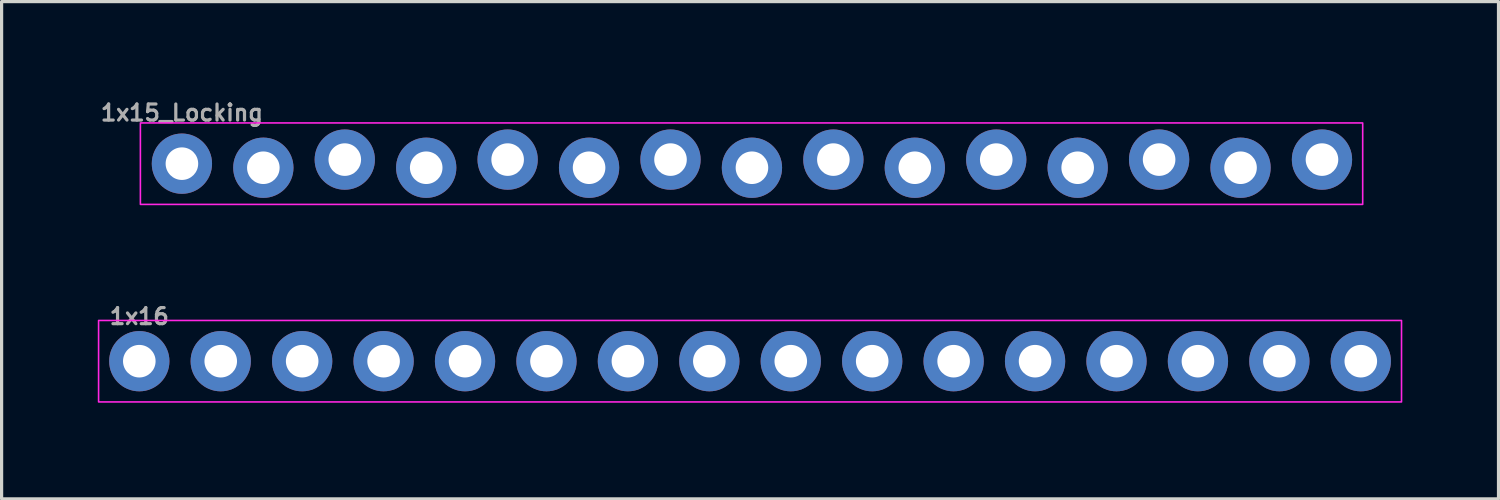
<source format=kicad_pcb>
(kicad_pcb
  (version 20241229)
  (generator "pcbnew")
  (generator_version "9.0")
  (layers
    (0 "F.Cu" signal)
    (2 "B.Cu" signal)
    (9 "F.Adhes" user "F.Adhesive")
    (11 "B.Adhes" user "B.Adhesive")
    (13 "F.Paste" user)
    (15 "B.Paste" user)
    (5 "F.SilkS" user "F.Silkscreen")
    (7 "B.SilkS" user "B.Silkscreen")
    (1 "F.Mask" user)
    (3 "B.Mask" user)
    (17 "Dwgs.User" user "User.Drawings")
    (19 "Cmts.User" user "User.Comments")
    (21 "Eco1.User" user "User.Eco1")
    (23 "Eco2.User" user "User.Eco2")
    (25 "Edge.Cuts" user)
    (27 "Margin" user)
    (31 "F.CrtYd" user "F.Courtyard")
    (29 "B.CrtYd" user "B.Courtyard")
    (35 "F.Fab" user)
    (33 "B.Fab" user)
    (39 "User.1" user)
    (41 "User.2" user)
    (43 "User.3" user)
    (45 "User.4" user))
  (footprint "1x15_Locking"
    (layer "F.Cu")
    (at 2.624 2.055)
    (property "Reference" "1x15_Locking" (at 0 -1.587 0) (layer "F.Fab") (effects (font (size 0.5 0.5) (thickness 0.1))))
    (fp_rect (start -1.295 -1.27) (end 36.83 1.27) (stroke (width 0.05) (type default)) (fill no) (layer "F.CrtYd"))
    (fp_poly (pts (xy -0.254 0.254) (xy 0.254 0.254) (xy 0.254 -0.254) (xy -0.254 -0.254)) (stroke (width 0.1) (type default)) (fill no) (layer "F.Fab"))
    (fp_poly (pts (xy 2.286 0.254) (xy 2.794 0.254) (xy 2.794 -0.254) (xy 2.286 -0.254)) (stroke (width 0.1) (type default)) (fill no) (layer "F.Fab"))
    (fp_poly (pts (xy 4.826 0.254) (xy 5.334 0.254) (xy 5.334 -0.254) (xy 4.826 -0.254)) (stroke (width 0.1) (type default)) (fill no) (layer "F.Fab"))
    (fp_poly (pts (xy 7.366 0.254) (xy 7.874 0.254) (xy 7.874 -0.254) (xy 7.366 -0.254)) (stroke (width 0.1) (type default)) (fill no) (layer "F.Fab"))
    (fp_poly (pts (xy 9.906 0.254) (xy 10.414 0.254) (xy 10.414 -0.254) (xy 9.906 -0.254)) (stroke (width 0.1) (type default)) (fill no) (layer "F.Fab"))
    (fp_poly (pts (xy 12.446 0.254) (xy 12.954 0.254) (xy 12.954 -0.254) (xy 12.446 -0.254)) (stroke (width 0.1) (type default)) (fill no) (layer "F.Fab"))
    (fp_poly (pts (xy 14.986 0.254) (xy 15.494 0.254) (xy 15.494 -0.254) (xy 14.986 -0.254)) (stroke (width 0.1) (type default)) (fill no) (layer "F.Fab"))
    (fp_poly (pts (xy 17.526 0.254) (xy 18.034 0.254) (xy 18.034 -0.254) (xy 17.526 -0.254)) (stroke (width 0.1) (type default)) (fill no) (layer "F.Fab"))
    (fp_poly (pts (xy 20.066 0.254) (xy 20.574 0.254) (xy 20.574 -0.254) (xy 20.066 -0.254)) (stroke (width 0.1) (type default)) (fill no) (layer "F.Fab"))
    (fp_poly (pts (xy 22.606 0.254) (xy 23.114 0.254) (xy 23.114 -0.254) (xy 22.606 -0.254)) (stroke (width 0.1) (type default)) (fill no) (layer "F.Fab"))
    (fp_poly (pts (xy 25.146 0.254) (xy 25.654 0.254) (xy 25.654 -0.254) (xy 25.146 -0.254)) (stroke (width 0.1) (type default)) (fill no) (layer "F.Fab"))
    (fp_poly (pts (xy 27.686 0.254) (xy 28.194 0.254) (xy 28.194 -0.254) (xy 27.686 -0.254)) (stroke (width 0.1) (type default)) (fill no) (layer "F.Fab"))
    (fp_poly (pts (xy 30.226 0.254) (xy 30.734 0.254) (xy 30.734 -0.254) (xy 30.226 -0.254)) (stroke (width 0.1) (type default)) (fill no) (layer "F.Fab"))
    (fp_poly (pts (xy 32.766 0.254) (xy 33.274 0.254) (xy 33.274 -0.254) (xy 32.766 -0.254)) (stroke (width 0.1) (type default)) (fill no) (layer "F.Fab"))
    (fp_poly (pts (xy 35.306 0.254) (xy 35.814 0.254) (xy 35.814 -0.254) (xy 35.306 -0.254)) (stroke (width 0.1) (type default)) (fill no) (layer "F.Fab"))
    (pad "1" thru_hole circle (at 0 0 90) (size 1.88 1.88) (drill 1.016) (layers "*.Cu" "*.Mask") (remove_unused_layers yes) (keep_end_layers yes) (zone_layer_connections))
    (pad "2" thru_hole circle (at 2.54 0.127 90) (size 1.88 1.88) (drill 1.016) (layers "*.Cu" "*.Mask") (remove_unused_layers yes) (keep_end_layers yes) (zone_layer_connections))
    (pad "3" thru_hole circle (at 5.08 -0.127 90) (size 1.88 1.88) (drill 1.016) (layers "*.Cu" "*.Mask") (remove_unused_layers yes) (keep_end_layers yes) (zone_layer_connections))
    (pad "4" thru_hole circle (at 7.62 0.127 90) (size 1.88 1.88) (drill 1.016) (layers "*.Cu" "*.Mask") (remove_unused_layers yes) (keep_end_layers yes) (zone_layer_connections))
    (pad "5" thru_hole circle (at 10.16 -0.127 90) (size 1.88 1.88) (drill 1.016) (layers "*.Cu" "*.Mask") (remove_unused_layers yes) (keep_end_layers yes) (zone_layer_connections))
    (pad "6" thru_hole circle (at 12.7 0.127 90) (size 1.88 1.88) (drill 1.016) (layers "*.Cu" "*.Mask") (remove_unused_layers yes) (keep_end_layers yes) (zone_layer_connections))
    (pad "7" thru_hole circle (at 15.24 -0.127 90) (size 1.88 1.88) (drill 1.016) (layers "*.Cu" "*.Mask") (remove_unused_layers yes) (keep_end_layers yes) (zone_layer_connections))
    (pad "8" thru_hole circle (at 17.78 0.127 90) (size 1.88 1.88) (drill 1.016) (layers "*.Cu" "*.Mask") (remove_unused_layers yes) (keep_end_layers yes) (zone_layer_connections))
    (pad "9" thru_hole circle (at 20.32 -0.127 90) (size 1.88 1.88) (drill 1.016) (layers "*.Cu" "*.Mask") (remove_unused_layers yes) (keep_end_layers yes) (zone_layer_connections))
    (pad "10" thru_hole circle (at 22.86 0.127 90) (size 1.88 1.88) (drill 1.016) (layers "*.Cu" "*.Mask") (remove_unused_layers yes) (keep_end_layers yes) (zone_layer_connections))
    (pad "11" thru_hole circle (at 25.4 -0.127 90) (size 1.88 1.88) (drill 1.016) (layers "*.Cu" "*.Mask") (remove_unused_layers yes) (keep_end_layers yes) (zone_layer_connections))
    (pad "12" thru_hole circle (at 27.94 0.127 90) (size 1.88 1.88) (drill 1.016) (layers "*.Cu" "*.Mask") (remove_unused_layers yes) (keep_end_layers yes) (zone_layer_connections))
    (pad "13" thru_hole circle (at 30.48 -0.127 90) (size 1.88 1.88) (drill 1.016) (layers "*.Cu" "*.Mask") (remove_unused_layers yes) (keep_end_layers yes) (zone_layer_connections))
    (pad "14" thru_hole circle (at 33.02 0.127 90) (size 1.88 1.88) (drill 1.016) (layers "*.Cu" "*.Mask") (remove_unused_layers yes) (keep_end_layers yes) (zone_layer_connections))
    (pad "15" thru_hole circle (at 35.56 -0.127 90) (size 1.88 1.88) (drill 1.016) (layers "*.Cu" "*.Mask") (remove_unused_layers yes) (keep_end_layers yes) (zone_layer_connections)))
  (footprint "1x16"
    (layer "F.Cu")
    (at 1.295 8.216)
    (property "Reference" "1x16" (at 0 -1.397 0) (layer "F.Fab") (effects (font (size 0.5 0.5) (thickness 0.1))))
    (fp_rect (start -1.27 -1.27) (end 39.37 1.27) (stroke (width 0.05) (type default)) (fill no) (layer "F.CrtYd"))
    (fp_poly (pts (xy -0.254 0.254) (xy 0.254 0.254) (xy 0.254 -0.254) (xy -0.254 -0.254)) (stroke (width 0.1) (type default)) (fill no) (layer "F.Fab"))
    (fp_poly (pts (xy 2.286 0.254) (xy 2.794 0.254) (xy 2.794 -0.254) (xy 2.286 -0.254)) (stroke (width 0.1) (type default)) (fill no) (layer "F.Fab"))
    (fp_poly (pts (xy 4.826 0.254) (xy 5.334 0.254) (xy 5.334 -0.254) (xy 4.826 -0.254)) (stroke (width 0.1) (type default)) (fill no) (layer "F.Fab"))
    (fp_poly (pts (xy 7.366 0.254) (xy 7.874 0.254) (xy 7.874 -0.254) (xy 7.366 -0.254)) (stroke (width 0.1) (type default)) (fill no) (layer "F.Fab"))
    (fp_poly (pts (xy 9.906 0.254) (xy 10.414 0.254) (xy 10.414 -0.254) (xy 9.906 -0.254)) (stroke (width 0.1) (type default)) (fill no) (layer "F.Fab"))
    (fp_poly (pts (xy 12.446 0.254) (xy 12.954 0.254) (xy 12.954 -0.254) (xy 12.446 -0.254)) (stroke (width 0.1) (type default)) (fill no) (layer "F.Fab"))
    (fp_poly (pts (xy 14.986 0.254) (xy 15.494 0.254) (xy 15.494 -0.254) (xy 14.986 -0.254)) (stroke (width 0.1) (type default)) (fill no) (layer "F.Fab"))
    (fp_poly (pts (xy 17.526 0.254) (xy 18.034 0.254) (xy 18.034 -0.254) (xy 17.526 -0.254)) (stroke (width 0.1) (type default)) (fill no) (layer "F.Fab"))
    (fp_poly (pts (xy 20.066 0.254) (xy 20.574 0.254) (xy 20.574 -0.254) (xy 20.066 -0.254)) (stroke (width 0.1) (type default)) (fill no) (layer "F.Fab"))
    (fp_poly (pts (xy 22.606 0.254) (xy 23.114 0.254) (xy 23.114 -0.254) (xy 22.606 -0.254)) (stroke (width 0.1) (type default)) (fill no) (layer "F.Fab"))
    (fp_poly (pts (xy 25.146 0.254) (xy 25.654 0.254) (xy 25.654 -0.254) (xy 25.146 -0.254)) (stroke (width 0.1) (type default)) (fill no) (layer "F.Fab"))
    (fp_poly (pts (xy 27.686 0.254) (xy 28.194 0.254) (xy 28.194 -0.254) (xy 27.686 -0.254)) (stroke (width 0.1) (type default)) (fill no) (layer "F.Fab"))
    (fp_poly (pts (xy 30.226 0.254) (xy 30.734 0.254) (xy 30.734 -0.254) (xy 30.226 -0.254)) (stroke (width 0.1) (type default)) (fill no) (layer "F.Fab"))
    (fp_poly (pts (xy 32.766 0.254) (xy 33.274 0.254) (xy 33.274 -0.254) (xy 32.766 -0.254)) (stroke (width 0.1) (type default)) (fill no) (layer "F.Fab"))
    (fp_poly (pts (xy 35.306 0.254) (xy 35.814 0.254) (xy 35.814 -0.254) (xy 35.306 -0.254)) (stroke (width 0.1) (type default)) (fill no) (layer "F.Fab"))
    (fp_poly (pts (xy 37.846 0.254) (xy 38.354 0.254) (xy 38.354 -0.254) (xy 37.846 -0.254)) (stroke (width 0.1) (type default)) (fill no) (layer "F.Fab"))
    (pad "1" thru_hole circle (at 0 0 90) (size 1.88 1.88) (drill 1.016) (layers "*.Cu" "*.Mask") (remove_unused_layers yes) (keep_end_layers yes) (zone_layer_connections))
    (pad "2" thru_hole circle (at 2.54 0 90) (size 1.88 1.88) (drill 1.016) (layers "*.Cu" "*.Mask") (remove_unused_layers yes) (keep_end_layers yes) (zone_layer_connections))
    (pad "3" thru_hole circle (at 5.08 0 90) (size 1.88 1.88) (drill 1.016) (layers "*.Cu" "*.Mask") (remove_unused_layers yes) (keep_end_layers yes) (zone_layer_connections))
    (pad "4" thru_hole circle (at 7.62 0 90) (size 1.88 1.88) (drill 1.016) (layers "*.Cu" "*.Mask") (remove_unused_layers yes) (keep_end_layers yes) (zone_layer_connections))
    (pad "5" thru_hole circle (at 10.16 0 90) (size 1.88 1.88) (drill 1.016) (layers "*.Cu" "*.Mask") (remove_unused_layers yes) (keep_end_layers yes) (zone_layer_connections))
    (pad "6" thru_hole circle (at 12.7 0 90) (size 1.88 1.88) (drill 1.016) (layers "*.Cu" "*.Mask") (remove_unused_layers yes) (keep_end_layers yes) (zone_layer_connections))
    (pad "7" thru_hole circle (at 15.24 0 90) (size 1.88 1.88) (drill 1.016) (layers "*.Cu" "*.Mask") (remove_unused_layers yes) (keep_end_layers yes) (zone_layer_connections))
    (pad "8" thru_hole circle (at 17.78 0 90) (size 1.88 1.88) (drill 1.016) (layers "*.Cu" "*.Mask") (remove_unused_layers yes) (keep_end_layers yes) (zone_layer_connections))
    (pad "9" thru_hole circle (at 20.32 0 90) (size 1.88 1.88) (drill 1.016) (layers "*.Cu" "*.Mask") (remove_unused_layers yes) (keep_end_layers yes) (zone_layer_connections))
    (pad "10" thru_hole circle (at 22.86 0 90) (size 1.88 1.88) (drill 1.016) (layers "*.Cu" "*.Mask") (remove_unused_layers yes) (keep_end_layers yes) (zone_layer_connections))
    (pad "11" thru_hole circle (at 25.4 0 90) (size 1.88 1.88) (drill 1.016) (layers "*.Cu" "*.Mask") (remove_unused_layers yes) (keep_end_layers yes) (zone_layer_connections))
    (pad "12" thru_hole circle (at 27.94 0 90) (size 1.88 1.88) (drill 1.016) (layers "*.Cu" "*.Mask") (remove_unused_layers yes) (keep_end_layers yes) (zone_layer_connections))
    (pad "13" thru_hole circle (at 30.48 0 90) (size 1.88 1.88) (drill 1.016) (layers "*.Cu" "*.Mask") (remove_unused_layers yes) (keep_end_layers yes) (zone_layer_connections))
    (pad "14" thru_hole circle (at 33.02 0 90) (size 1.88 1.88) (drill 1.016) (layers "*.Cu" "*.Mask") (remove_unused_layers yes) (keep_end_layers yes) (zone_layer_connections))
    (pad "15" thru_hole circle (at 35.56 0 90) (size 1.88 1.88) (drill 1.016) (layers "*.Cu" "*.Mask") (remove_unused_layers yes) (keep_end_layers yes) (zone_layer_connections))
    (pad "16" thru_hole circle (at 38.1 0 90) (size 1.88 1.88) (drill 1.016) (layers "*.Cu" "*.Mask") (remove_unused_layers yes) (keep_end_layers yes) (zone_layer_connections)))
  (gr_rect
    (start -3 -3)
    (end 43.69 12.511)
    (stroke (width 0.1) (type default))
    (fill no)
    (layer "Edge.Cuts")))
</source>
